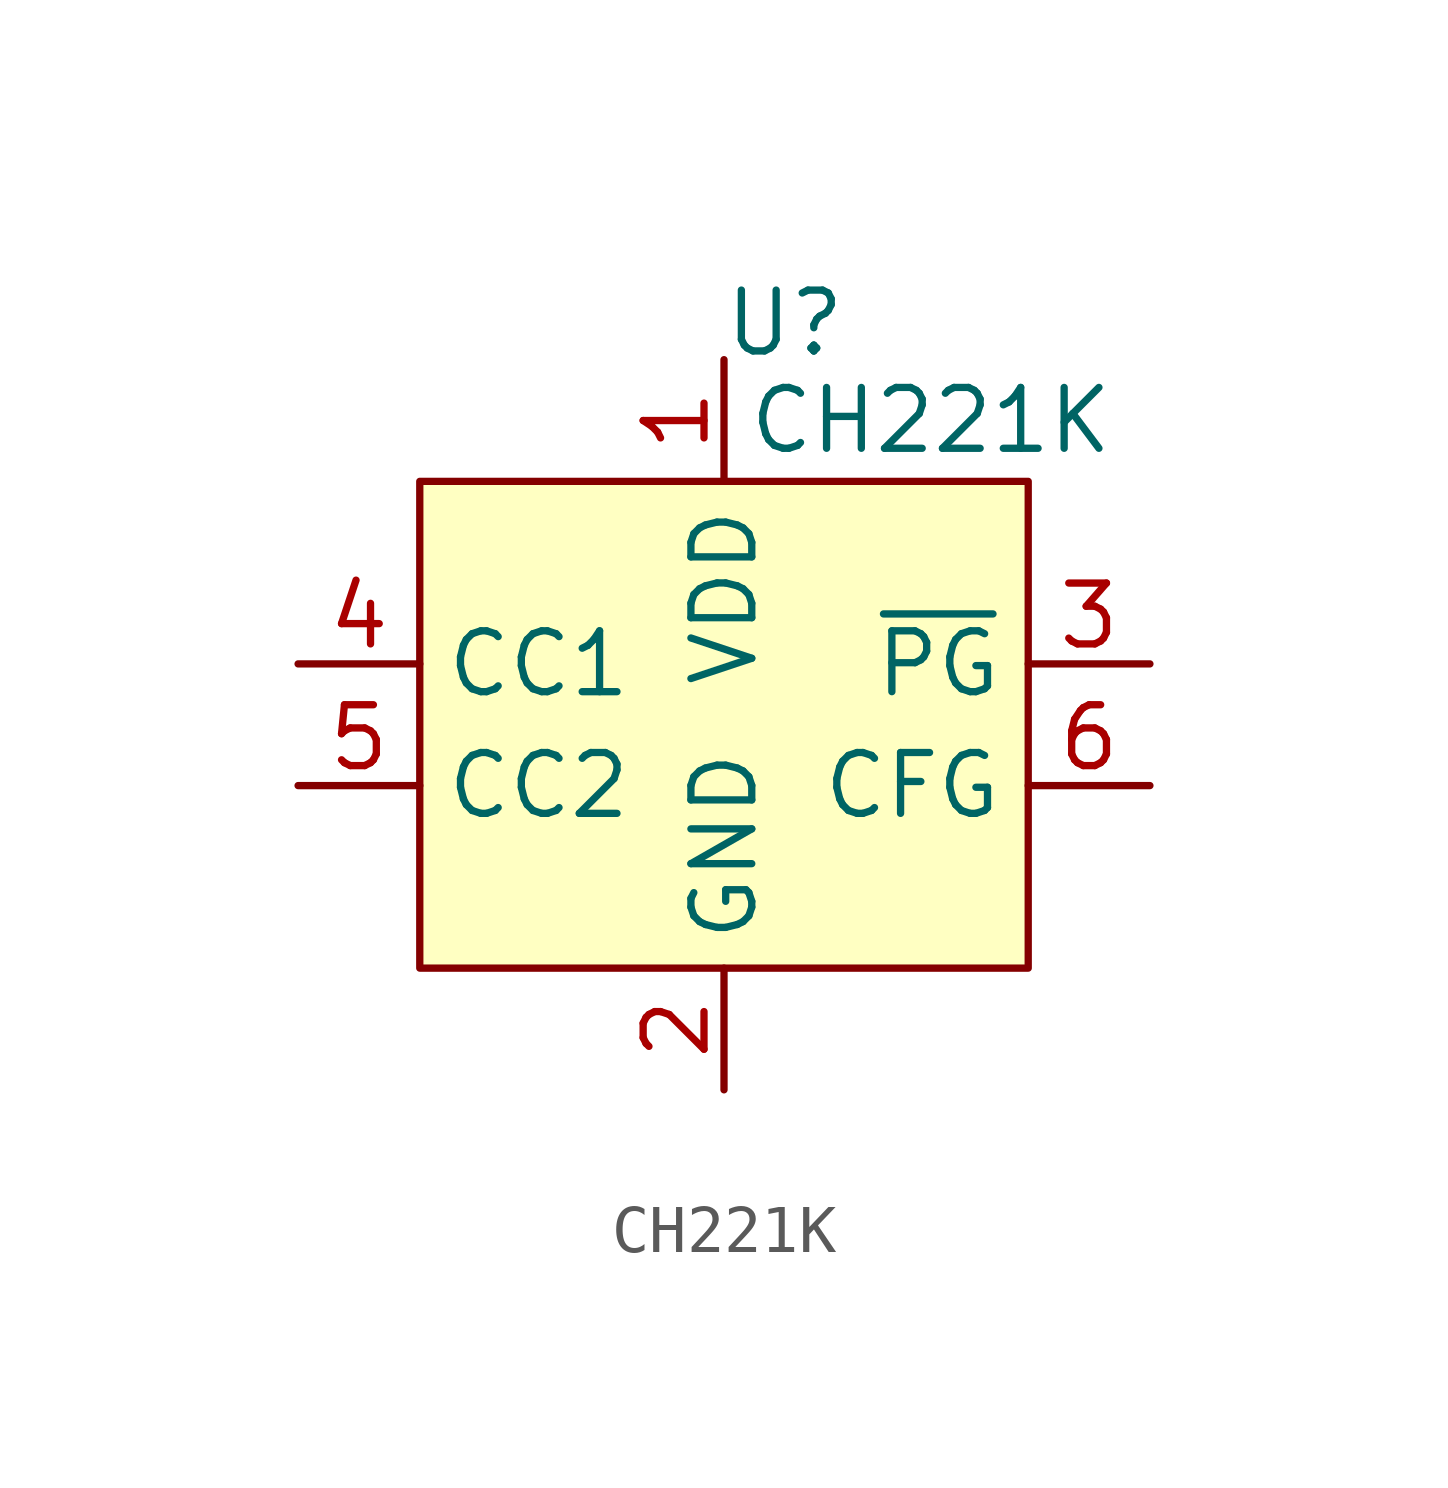
<source format=kicad_sym>
(kicad_symbol_lib
  (version 20231120)
  (generator "kicad_symbol_editor")
  (generator_version "8.0")
  (symbol "CH221K"
    (property "Reference" "U"
      (at 1.27 8.382 0)
      (effects (font (size 1.27 1.27))))
    (property "Value" "CH221K"
      (at 4.318 6.35 0)
      (effects (font (size 1.27 1.27))))
    (symbol "CH221K_0_1"
      (rectangle (start -6.35 5.08) (end 6.35 -5.08) (stroke (width 0) (type default)) (fill (type background))))
    (symbol "CH221K_1_1"
      (pin power_in line (at 0 7.62 270) (length 2.54) (name "VDD" (effects (font (size 1.27 1.27)))) (number "1" (effects (font (size 1.27 1.27)))))
      (pin power_in line (at 0 -7.62 90) (length 2.54) (name "GND" (effects (font (size 1.27 1.27)))) (number "2" (effects (font (size 1.27 1.27)))))
      (pin open_collector line (at 8.89 1.27 180) (length 2.54) (name "~{PG}" (effects (font (size 1.27 1.27)))) (number "3" (effects (font (size 1.27 1.27)))))
      (pin bidirectional line (at -8.89 1.27 0) (length 2.54) (name "CC1" (effects (font (size 1.27 1.27)))) (number "4" (effects (font (size 1.27 1.27)))))
      (pin bidirectional line (at -8.89 -1.27 0) (length 2.54) (name "CC2" (effects (font (size 1.27 1.27)))) (number "5" (effects (font (size 1.27 1.27)))))
      (pin input line (at 8.89 -1.27 180) (length 2.54) (name "CFG" (effects (font (size 1.27 1.27)))) (number "6" (effects (font (size 1.27 1.27))))))))
</source>
